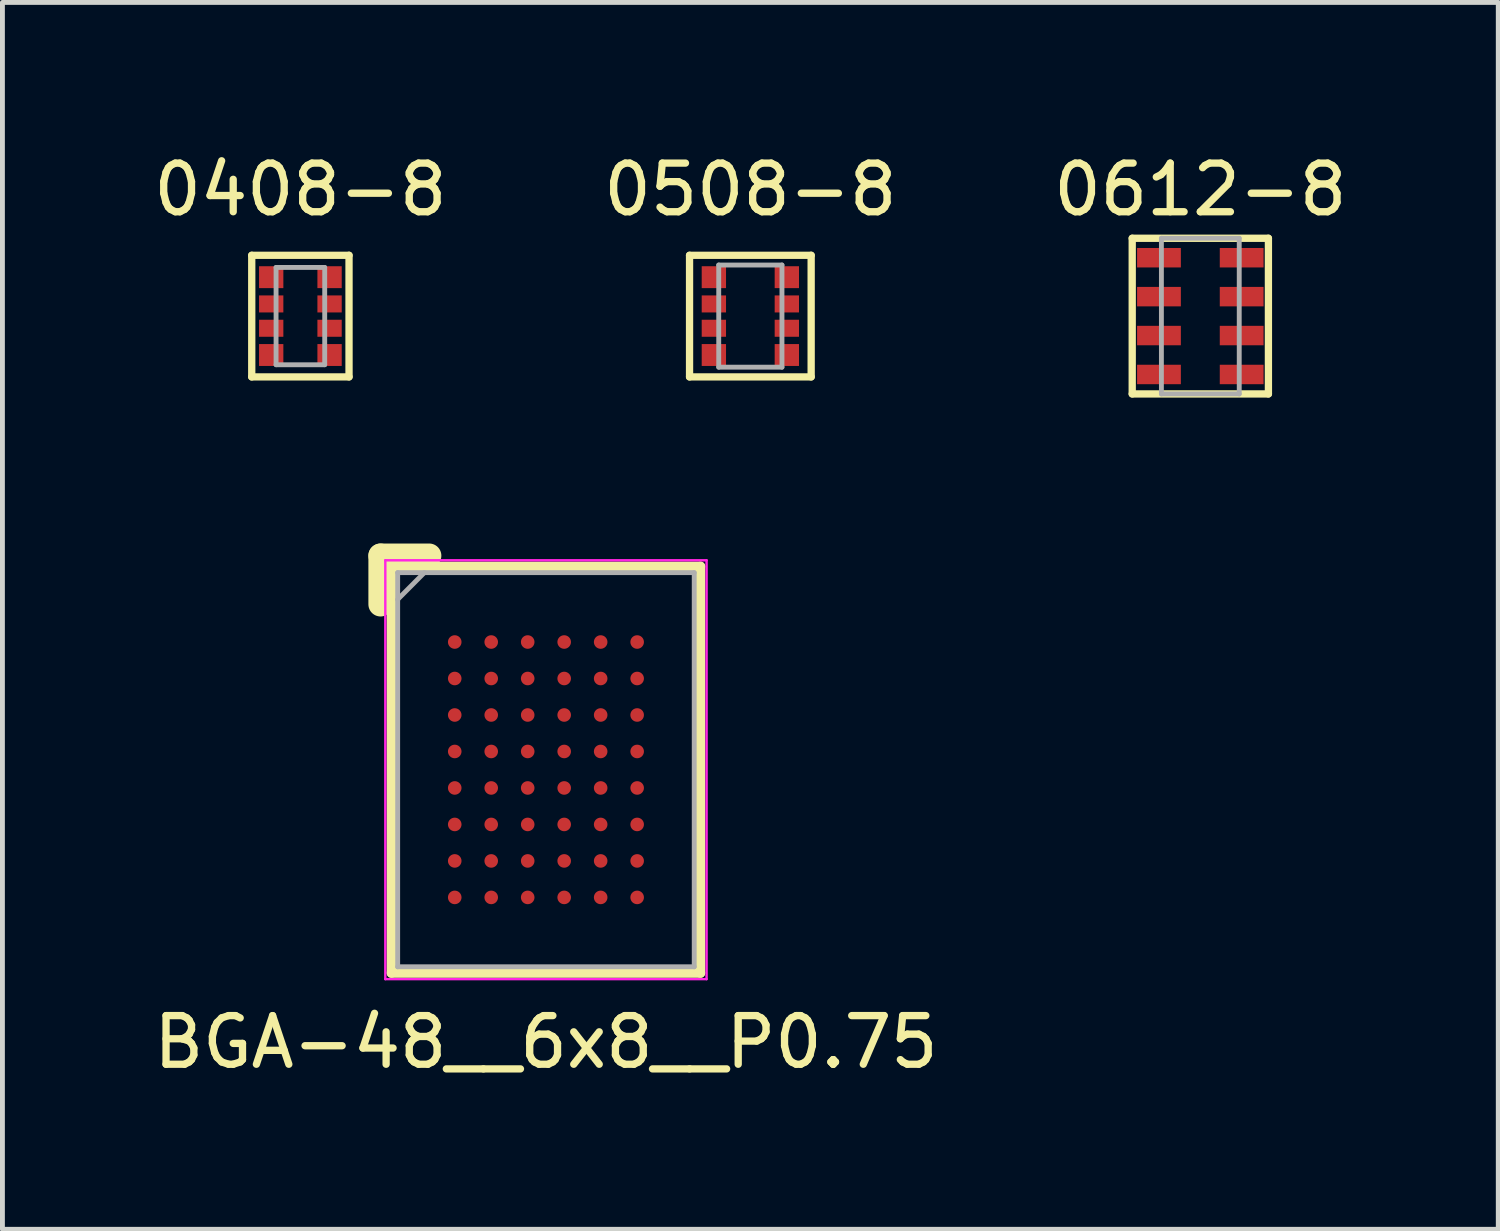
<source format=kicad_pcb>
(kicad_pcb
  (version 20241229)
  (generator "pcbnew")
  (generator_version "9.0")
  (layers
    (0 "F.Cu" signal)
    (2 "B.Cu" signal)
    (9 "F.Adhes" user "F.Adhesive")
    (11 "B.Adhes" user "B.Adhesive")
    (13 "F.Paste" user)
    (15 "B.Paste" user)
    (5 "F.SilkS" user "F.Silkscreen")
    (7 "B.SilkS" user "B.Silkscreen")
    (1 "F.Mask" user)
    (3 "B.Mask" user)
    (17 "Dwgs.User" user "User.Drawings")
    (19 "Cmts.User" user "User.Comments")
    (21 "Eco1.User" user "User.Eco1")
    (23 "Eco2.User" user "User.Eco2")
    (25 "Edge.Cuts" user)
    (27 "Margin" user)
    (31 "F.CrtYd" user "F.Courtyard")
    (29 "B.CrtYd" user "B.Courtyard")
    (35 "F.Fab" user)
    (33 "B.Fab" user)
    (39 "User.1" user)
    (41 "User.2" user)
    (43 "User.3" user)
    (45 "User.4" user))
  (footprint "0408-8"
    (layer "F.Cu")
    (at 3.125 3.448)
    (property "Reference" "0408-8" (at 0 -2.6 0) (layer "F.SilkS") (effects (font (size 1 1) (thickness 0.15))))
    (attr smd)
    (fp_line (start -1 -1.25) (end 1 -1.25) (stroke (width 0.15) (type solid)) (layer "F.SilkS"))
    (fp_line (start -1 1.25) (end -1 -1.25) (stroke (width 0.15) (type solid)) (layer "F.SilkS"))
    (fp_line (start 1 -1.25) (end 1 1.25) (stroke (width 0.15) (type solid)) (layer "F.SilkS"))
    (fp_line (start 1 1.25) (end -1 1.25) (stroke (width 0.15) (type solid)) (layer "F.SilkS"))
    (fp_line (start -0.5 -1) (end 0.5 -1) (stroke (width 0.1) (type solid)) (layer "F.Fab"))
    (fp_line (start -0.5 1) (end -0.5 -1) (stroke (width 0.1) (type solid)) (layer "F.Fab"))
    (fp_line (start 0.5 -1) (end 0.5 1) (stroke (width 0.1) (type solid)) (layer "F.Fab"))
    (fp_line (start 0.5 1) (end -0.5 1) (stroke (width 0.1) (type solid)) (layer "F.Fab"))
    (pad "1" smd rect (at -0.5 -0.75) (size 0.5 0.45) (drill (offset -0.1 -0.05)) (layers "F.Cu" "F.Mask" "F.Paste"))
    (pad "2" smd rect (at -0.5 -0.25) (size 0.5 0.35) (drill (offset -0.1 0)) (layers "F.Cu" "F.Mask" "F.Paste"))
    (pad "3" smd rect (at -0.5 0.25) (size 0.5 0.35) (drill (offset -0.1 0)) (layers "F.Cu" "F.Mask" "F.Paste"))
    (pad "4" smd rect (at -0.5 0.75) (size 0.5 0.45) (drill (offset -0.1 0.05)) (layers "F.Cu" "F.Mask" "F.Paste"))
    (pad "5" smd rect (at 0.5 0.75) (size 0.5 0.45) (drill (offset 0.1 0.05)) (layers "F.Cu" "F.Mask" "F.Paste"))
    (pad "6" smd rect (at 0.5 0.25) (size 0.5 0.35) (drill (offset 0.1 0)) (layers "F.Cu" "F.Mask" "F.Paste"))
    (pad "7" smd rect (at 0.5 -0.25) (size 0.5 0.35) (drill (offset 0.1 0)) (layers "F.Cu" "F.Mask" "F.Paste"))
    (pad "8" smd rect (at 0.5 -0.75) (size 0.5 0.45) (drill (offset 0.1 -0.05)) (layers "F.Cu" "F.Mask" "F.Paste")))
  (footprint "BGA-48__6x8__P0.75"
    (layer "F.Cu")
    (at 8.173 12.773)
    (property "Reference" "BGA-48__6x8__P0.75" (at 0 5.6 0) (layer "F.SilkS") (effects (font (size 1 1) (thickness 0.15))))
    (attr smd)
    (fp_line (start -3.4 -3.4) (end -3.4 -4.4) (stroke (width 0.5) (type solid)) (layer "F.SilkS"))
    (fp_line (start -3.175 -4.178) (end -3.175 4.178) (stroke (width 0.2) (type solid)) (layer "F.SilkS"))
    (fp_line (start -3.175 4.178) (end 3.175 4.178) (stroke (width 0.2) (type solid)) (layer "F.SilkS"))
    (fp_line (start -2.4 -4.4) (end -3.4 -4.4) (stroke (width 0.5) (type solid)) (layer "F.SilkS"))
    (fp_line (start 3.175 -4.178) (end -3.175 -4.178) (stroke (width 0.2) (type solid)) (layer "F.SilkS"))
    (fp_line (start 3.175 4.178) (end 3.175 -4.178) (stroke (width 0.2) (type solid)) (layer "F.SilkS"))
    (fp_line (start -3.302 -4.305) (end 3.302 -4.305) (stroke (width 0.05) (type solid)) (layer "F.CrtYd"))
    (fp_line (start -3.302 4.305) (end -3.302 -4.305) (stroke (width 0.05) (type solid)) (layer "F.CrtYd"))
    (fp_line (start 3.302 -4.305) (end 3.302 4.305) (stroke (width 0.05) (type solid)) (layer "F.CrtYd"))
    (fp_line (start 3.302 4.305) (end -3.302 4.305) (stroke (width 0.05) (type solid)) (layer "F.CrtYd"))
    (fp_line (start -3.048 -4.051) (end -3.048 4.051) (stroke (width 0.1) (type solid)) (layer "F.Fab"))
    (fp_line (start -3.048 4.051) (end 3.048 4.051) (stroke (width 0.1) (type solid)) (layer "F.Fab"))
    (fp_line (start -2.5 -4.051) (end -3.048 -3.5) (stroke (width 0.1) (type solid)) (layer "F.Fab"))
    (fp_line (start 3.048 -4.051) (end -3.048 -4.051) (stroke (width 0.1) (type solid)) (layer "F.Fab"))
    (fp_line (start 3.048 4.051) (end 3.048 -4.051) (stroke (width 0.1) (type solid)) (layer "F.Fab"))
    (pad "A1" smd circle (at -1.875 -2.625) (size 0.279 0.279) (layers "F.Cu" "F.Mask" "F.Paste"))
    (pad "A2" smd circle (at -1.125 -2.625) (size 0.279 0.279) (layers "F.Cu" "F.Mask" "F.Paste"))
    (pad "A3" smd circle (at -0.375 -2.625) (size 0.279 0.279) (layers "F.Cu" "F.Mask" "F.Paste"))
    (pad "A4" smd circle (at 0.375 -2.625) (size 0.279 0.279) (layers "F.Cu" "F.Mask" "F.Paste"))
    (pad "A5" smd circle (at 1.125 -2.625) (size 0.279 0.279) (layers "F.Cu" "F.Mask" "F.Paste"))
    (pad "A6" smd circle (at 1.875 -2.625) (size 0.279 0.279) (layers "F.Cu" "F.Mask" "F.Paste"))
    (pad "B1" smd circle (at -1.875 -1.875) (size 0.279 0.279) (layers "F.Cu" "F.Mask" "F.Paste"))
    (pad "B2" smd circle (at -1.125 -1.875) (size 0.279 0.279) (layers "F.Cu" "F.Mask" "F.Paste"))
    (pad "B3" smd circle (at -0.375 -1.875) (size 0.279 0.279) (layers "F.Cu" "F.Mask" "F.Paste"))
    (pad "B4" smd circle (at 0.375 -1.875) (size 0.279 0.279) (layers "F.Cu" "F.Mask" "F.Paste"))
    (pad "B5" smd circle (at 1.125 -1.875) (size 0.279 0.279) (layers "F.Cu" "F.Mask" "F.Paste"))
    (pad "B6" smd circle (at 1.875 -1.875) (size 0.279 0.279) (layers "F.Cu" "F.Mask" "F.Paste"))
    (pad "C1" smd circle (at -1.875 -1.125) (size 0.279 0.279) (layers "F.Cu" "F.Mask" "F.Paste"))
    (pad "C2" smd circle (at -1.125 -1.125) (size 0.279 0.279) (layers "F.Cu" "F.Mask" "F.Paste"))
    (pad "C3" smd circle (at -0.375 -1.125) (size 0.279 0.279) (layers "F.Cu" "F.Mask" "F.Paste"))
    (pad "C4" smd circle (at 0.375 -1.125) (size 0.279 0.279) (layers "F.Cu" "F.Mask" "F.Paste"))
    (pad "C5" smd circle (at 1.125 -1.125) (size 0.279 0.279) (layers "F.Cu" "F.Mask" "F.Paste"))
    (pad "C6" smd circle (at 1.875 -1.125) (size 0.279 0.279) (layers "F.Cu" "F.Mask" "F.Paste"))
    (pad "D1" smd circle (at -1.875 -0.375) (size 0.279 0.279) (layers "F.Cu" "F.Mask" "F.Paste"))
    (pad "D2" smd circle (at -1.125 -0.375) (size 0.279 0.279) (layers "F.Cu" "F.Mask" "F.Paste"))
    (pad "D3" smd circle (at -0.375 -0.375) (size 0.279 0.279) (layers "F.Cu" "F.Mask" "F.Paste"))
    (pad "D4" smd circle (at 0.375 -0.375) (size 0.279 0.279) (layers "F.Cu" "F.Mask" "F.Paste"))
    (pad "D5" smd circle (at 1.125 -0.375) (size 0.279 0.279) (layers "F.Cu" "F.Mask" "F.Paste"))
    (pad "D6" smd circle (at 1.875 -0.375) (size 0.279 0.279) (layers "F.Cu" "F.Mask" "F.Paste"))
    (pad "E1" smd circle (at -1.875 0.375) (size 0.279 0.279) (layers "F.Cu" "F.Mask" "F.Paste"))
    (pad "E2" smd circle (at -1.125 0.375) (size 0.279 0.279) (layers "F.Cu" "F.Mask" "F.Paste"))
    (pad "E3" smd circle (at -0.375 0.375) (size 0.279 0.279) (layers "F.Cu" "F.Mask" "F.Paste"))
    (pad "E4" smd circle (at 0.375 0.375) (size 0.279 0.279) (layers "F.Cu" "F.Mask" "F.Paste"))
    (pad "E5" smd circle (at 1.125 0.375) (size 0.279 0.279) (layers "F.Cu" "F.Mask" "F.Paste"))
    (pad "E6" smd circle (at 1.875 0.375) (size 0.279 0.279) (layers "F.Cu" "F.Mask" "F.Paste"))
    (pad "F1" smd circle (at -1.875 1.125) (size 0.279 0.279) (layers "F.Cu" "F.Mask" "F.Paste"))
    (pad "F2" smd circle (at -1.125 1.125) (size 0.279 0.279) (layers "F.Cu" "F.Mask" "F.Paste"))
    (pad "F3" smd circle (at -0.375 1.125) (size 0.279 0.279) (layers "F.Cu" "F.Mask" "F.Paste"))
    (pad "F4" smd circle (at 0.375 1.125) (size 0.279 0.279) (layers "F.Cu" "F.Mask" "F.Paste"))
    (pad "F5" smd circle (at 1.125 1.125) (size 0.279 0.279) (layers "F.Cu" "F.Mask" "F.Paste"))
    (pad "F6" smd circle (at 1.875 1.125) (size 0.279 0.279) (layers "F.Cu" "F.Mask" "F.Paste"))
    (pad "G1" smd circle (at -1.875 1.875) (size 0.279 0.279) (layers "F.Cu" "F.Mask" "F.Paste"))
    (pad "G2" smd circle (at -1.125 1.875) (size 0.279 0.279) (layers "F.Cu" "F.Mask" "F.Paste"))
    (pad "G3" smd circle (at -0.375 1.875) (size 0.279 0.279) (layers "F.Cu" "F.Mask" "F.Paste"))
    (pad "G4" smd circle (at 0.375 1.875) (size 0.279 0.279) (layers "F.Cu" "F.Mask" "F.Paste"))
    (pad "G5" smd circle (at 1.125 1.875) (size 0.279 0.279) (layers "F.Cu" "F.Mask" "F.Paste"))
    (pad "G6" smd circle (at 1.875 1.875) (size 0.279 0.279) (layers "F.Cu" "F.Mask" "F.Paste"))
    (pad "H1" smd circle (at -1.875 2.625) (size 0.279 0.279) (layers "F.Cu" "F.Mask" "F.Paste"))
    (pad "H2" smd circle (at -1.125 2.625) (size 0.279 0.279) (layers "F.Cu" "F.Mask" "F.Paste"))
    (pad "H3" smd circle (at -0.375 2.625) (size 0.279 0.279) (layers "F.Cu" "F.Mask" "F.Paste"))
    (pad "H4" smd circle (at 0.375 2.625) (size 0.279 0.279) (layers "F.Cu" "F.Mask" "F.Paste"))
    (pad "H5" smd circle (at 1.125 2.625) (size 0.279 0.279) (layers "F.Cu" "F.Mask" "F.Paste"))
    (pad "H6" smd circle (at 1.875 2.625) (size 0.279 0.279) (layers "F.Cu" "F.Mask" "F.Paste")))
  (footprint "0508-8"
    (layer "F.Cu")
    (at 12.375 3.448)
    (property "Reference" "0508-8" (at 0 -2.6 0) (layer "F.SilkS") (effects (font (size 1 1) (thickness 0.15))))
    (attr smd)
    (fp_line (start -1.25 -1.25) (end 1.25 -1.25) (stroke (width 0.15) (type solid)) (layer "F.SilkS"))
    (fp_line (start -1.25 1.25) (end -1.25 -1.25) (stroke (width 0.15) (type solid)) (layer "F.SilkS"))
    (fp_line (start 1.25 -1.25) (end 1.25 1.25) (stroke (width 0.15) (type solid)) (layer "F.SilkS"))
    (fp_line (start 1.25 1.25) (end -1.25 1.25) (stroke (width 0.15) (type solid)) (layer "F.SilkS"))
    (fp_line (start -0.65 -1.05) (end 0.65 -1.05) (stroke (width 0.1) (type solid)) (layer "F.Fab"))
    (fp_line (start -0.65 1.05) (end -0.65 -1.05) (stroke (width 0.1) (type solid)) (layer "F.Fab"))
    (fp_line (start 0.65 -1.05) (end 0.65 1.05) (stroke (width 0.1) (type solid)) (layer "F.Fab"))
    (fp_line (start 0.65 1.05) (end -0.65 1.05) (stroke (width 0.1) (type solid)) (layer "F.Fab"))
    (pad "1" smd rect (at -0.65 -0.75) (size 0.5 0.45) (drill (offset -0.1 -0.05)) (layers "F.Cu" "F.Mask" "F.Paste"))
    (pad "2" smd rect (at -0.65 -0.25) (size 0.5 0.35) (drill (offset -0.1 0)) (layers "F.Cu" "F.Mask" "F.Paste"))
    (pad "3" smd rect (at -0.65 0.25) (size 0.5 0.35) (drill (offset -0.1 0)) (layers "F.Cu" "F.Mask" "F.Paste"))
    (pad "4" smd rect (at -0.65 0.75) (size 0.5 0.45) (drill (offset -0.1 0.05)) (layers "F.Cu" "F.Mask" "F.Paste"))
    (pad "5" smd rect (at 0.65 0.75) (size 0.5 0.45) (drill (offset 0.1 0.05)) (layers "F.Cu" "F.Mask" "F.Paste"))
    (pad "6" smd rect (at 0.65 0.25) (size 0.5 0.35) (drill (offset 0.1 0)) (layers "F.Cu" "F.Mask" "F.Paste"))
    (pad "7" smd rect (at 0.65 -0.25) (size 0.5 0.35) (drill (offset 0.1 0)) (layers "F.Cu" "F.Mask" "F.Paste"))
    (pad "8" smd rect (at 0.65 -0.75) (size 0.5 0.45) (drill (offset 0.1 -0.05)) (layers "F.Cu" "F.Mask" "F.Paste")))
  (footprint "0612-8"
    (layer "F.Cu")
    (at 21.625 3.448)
    (property "Reference" "0612-8" (at 0 -2.6 0) (layer "F.SilkS") (effects (font (size 1 1) (thickness 0.15))))
    (attr smd)
    (fp_line (start -1.4 -1.6) (end 1.4 -1.6) (stroke (width 0.15) (type solid)) (layer "F.SilkS"))
    (fp_line (start -1.4 1.6) (end -1.4 -1.6) (stroke (width 0.15) (type solid)) (layer "F.SilkS"))
    (fp_line (start 1.4 -1.6) (end 1.4 1.6) (stroke (width 0.15) (type solid)) (layer "F.SilkS"))
    (fp_line (start 1.4 1.6) (end -1.4 1.6) (stroke (width 0.15) (type solid)) (layer "F.SilkS"))
    (fp_line (start -0.8 -1.6) (end 0.8 -1.6) (stroke (width 0.1) (type solid)) (layer "F.Fab"))
    (fp_line (start -0.8 1.6) (end -0.8 -1.6) (stroke (width 0.1) (type solid)) (layer "F.Fab"))
    (fp_line (start 0.8 -1.6) (end 0.8 1.6) (stroke (width 0.1) (type solid)) (layer "F.Fab"))
    (fp_line (start 0.8 1.6) (end -0.8 1.6) (stroke (width 0.1) (type solid)) (layer "F.Fab"))
    (pad "1" smd rect (at -0.85 -1.2) (size 0.9 0.4) (layers "F.Cu" "F.Mask" "F.Paste"))
    (pad "2" smd rect (at -0.85 -0.4) (size 0.9 0.4) (layers "F.Cu" "F.Mask" "F.Paste"))
    (pad "3" smd rect (at -0.85 0.4) (size 0.9 0.4) (layers "F.Cu" "F.Mask" "F.Paste"))
    (pad "4" smd rect (at -0.85 1.2) (size 0.9 0.4) (layers "F.Cu" "F.Mask" "F.Paste"))
    (pad "5" smd rect (at 0.85 1.2) (size 0.9 0.4) (layers "F.Cu" "F.Mask" "F.Paste"))
    (pad "6" smd rect (at 0.85 0.4) (size 0.9 0.4) (layers "F.Cu" "F.Mask" "F.Paste"))
    (pad "7" smd rect (at 0.85 -0.4) (size 0.9 0.4) (layers "F.Cu" "F.Mask" "F.Paste"))
    (pad "8" smd rect (at 0.85 -1.2) (size 0.9 0.4) (layers "F.Cu" "F.Mask" "F.Paste")))
  (gr_rect
    (start -3 -3)
    (end 27.75 22.221)
    (stroke (width 0.1) (type default))
    (fill no)
    (layer "Edge.Cuts")))
</source>
